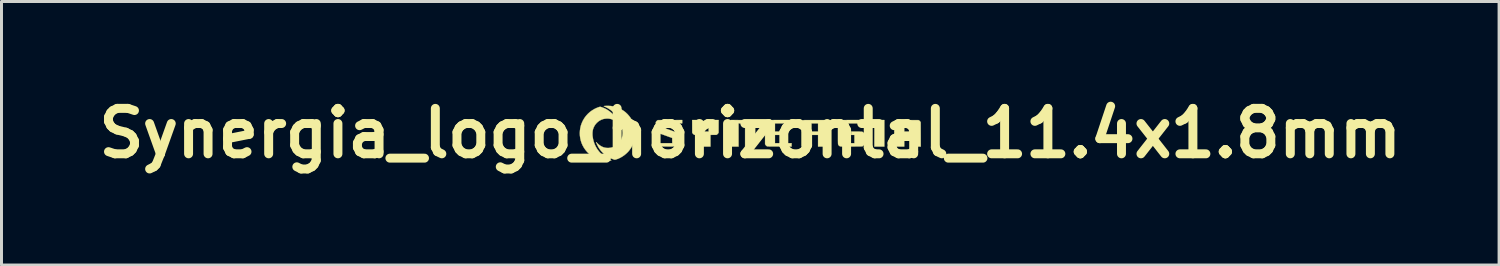
<source format=kicad_pcb>
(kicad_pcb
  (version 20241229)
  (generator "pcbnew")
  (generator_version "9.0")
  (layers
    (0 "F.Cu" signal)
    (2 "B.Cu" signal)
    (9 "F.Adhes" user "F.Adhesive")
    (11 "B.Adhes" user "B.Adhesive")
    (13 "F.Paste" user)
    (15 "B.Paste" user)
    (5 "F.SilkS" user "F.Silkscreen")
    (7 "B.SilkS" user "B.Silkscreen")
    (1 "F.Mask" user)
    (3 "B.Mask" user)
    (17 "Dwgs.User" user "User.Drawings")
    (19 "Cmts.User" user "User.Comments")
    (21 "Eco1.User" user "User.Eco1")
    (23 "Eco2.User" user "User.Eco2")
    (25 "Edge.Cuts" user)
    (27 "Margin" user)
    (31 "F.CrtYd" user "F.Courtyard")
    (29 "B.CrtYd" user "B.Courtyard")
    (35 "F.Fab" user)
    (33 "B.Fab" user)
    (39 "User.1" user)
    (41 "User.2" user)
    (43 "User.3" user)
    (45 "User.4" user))
  (footprint "Synergia_logo_horizontal_11.4x1.8mm"
    (layer "F.Cu")
    (at 22.105 1.418)
    (property "Reference" "Synergia_logo_horizontal_11.4x1.8mm" (at 0 0 0) (layer "F.SilkS") (effects (font (size 1.524 1.524) (thickness 0.3))))
    (attr through_hole)
    (fp_poly (pts (xy 4.495 0.444) (xy 4.161 0.444) (xy 4.162 0.037) (xy 4.163 -0.369) (xy 4.177 -0.391) (xy 4.195 -0.413) (xy 4.213 -0.427) (xy 4.236 -0.441) (xy 4.365 -0.443) (xy 4.495 -0.444) (xy 4.495 0.444)) (stroke (width 0.01) (type solid)) (fill yes) (layer "F.SilkS"))
    (fp_poly (pts (xy -1.614 -0.055) (xy -1.395 -0.055) (xy -1.395 -0.444) (xy -1.061 -0.444) (xy -1.062 -0.232) (xy -1.063 -0.02) (xy -1.077 0.003) (xy -1.095 0.024) (xy -1.113 0.039) (xy -1.136 0.053) (xy -1.235 0.054) (xy -1.335 0.055) (xy -1.335 0.444) (xy -1.674 0.444) (xy -1.674 0.055) (xy -1.773 0.054) (xy -1.873 0.053) (xy -1.896 0.039) (xy -1.917 0.021) (xy -1.932 0.003) (xy -1.946 -0.02) (xy -1.947 -0.232) (xy -1.948 -0.444) (xy -1.614 -0.444) (xy -1.614 -0.055)) (stroke (width 0.01) (type solid)) (fill yes) (layer "F.SilkS"))
    (fp_poly (pts (xy 5.663 -0.427) (xy 5.685 -0.41) (xy 5.699 -0.391) (xy 5.713 -0.369) (xy 5.715 0.037) (xy 5.716 0.444) (xy 5.382 0.444) (xy 5.382 0.055) (xy 5.162 0.055) (xy 5.162 0.444) (xy 4.828 0.444) (xy 4.831 -0.334) (xy 5.162 -0.334) (xy 5.162 -0.055) (xy 5.382 -0.055) (xy 5.382 -0.334) (xy 5.162 -0.334) (xy 4.831 -0.334) (xy 4.831 -0.374) (xy 4.845 -0.394) (xy 4.857 -0.409) (xy 4.873 -0.423) (xy 4.878 -0.427) (xy 4.898 -0.441) (xy 5.641 -0.441) (xy 5.663 -0.427)) (stroke (width 0.01) (type solid)) (fill yes) (layer "F.SilkS"))
    (fp_poly (pts (xy 0.091 -0.441) (xy 0.11 -0.427) (xy 0.135 -0.405) (xy 0.152 -0.378) (xy 0.16 -0.353) (xy 0.161 -0.343) (xy 0.162 -0.325) (xy 0.162 -0.299) (xy 0.163 -0.264) (xy 0.163 -0.222) (xy 0.164 -0.173) (xy 0.164 -0.117) (xy 0.164 -0.054) (xy 0.165 0.015) (xy 0.165 0.058) (xy 0.165 0.444) (xy -0.174 0.444) (xy -0.174 -0.334) (xy -0.393 -0.334) (xy -0.393 0.444) (xy -0.727 0.444) (xy -0.727 0.045) (xy -0.727 -0.029) (xy -0.727 -0.093) (xy -0.726 -0.149) (xy -0.726 -0.198) (xy -0.726 -0.239) (xy -0.725 -0.274) (xy -0.725 -0.303) (xy -0.724 -0.326) (xy -0.724 -0.343) (xy -0.723 -0.356) (xy -0.722 -0.365) (xy -0.721 -0.37) (xy -0.721 -0.371) (xy -0.706 -0.398) (xy -0.685 -0.42) (xy -0.666 -0.432) (xy -0.642 -0.444) (xy 0.091 -0.441)) (stroke (width 0.01) (type solid)) (fill yes) (layer "F.SilkS"))
    (fp_poly (pts (xy 0.945 -0.444) (xy 0.983 -0.444) (xy 1.385 -0.444) (xy 1.385 -0.334) (xy 0.828 -0.334) (xy 0.828 -0.055) (xy 1.203 -0.055) (xy 1.203 0.055) (xy 0.828 0.055) (xy 0.828 0.334) (xy 1.385 0.334) (xy 1.385 0.444) (xy 0.982 0.443) (xy 0.911 0.443) (xy 0.848 0.443) (xy 0.794 0.443) (xy 0.747 0.443) (xy 0.707 0.443) (xy 0.673 0.442) (xy 0.645 0.442) (xy 0.622 0.441) (xy 0.604 0.441) (xy 0.589 0.44) (xy 0.579 0.439) (xy 0.571 0.438) (xy 0.566 0.437) (xy 0.562 0.436) (xy 0.541 0.423) (xy 0.522 0.404) (xy 0.506 0.382) (xy 0.506 0.382) (xy 0.496 0.364) (xy 0.496 -0.364) (xy 0.506 -0.382) (xy 0.516 -0.397) (xy 0.528 -0.412) (xy 0.531 -0.415) (xy 0.536 -0.42) (xy 0.541 -0.424) (xy 0.545 -0.428) (xy 0.55 -0.431) (xy 0.557 -0.434) (xy 0.565 -0.436) (xy 0.576 -0.438) (xy 0.59 -0.44) (xy 0.607 -0.441) (xy 0.628 -0.442) (xy 0.655 -0.442) (xy 0.686 -0.443) (xy 0.724 -0.443) (xy 0.768 -0.443) (xy 0.819 -0.444) (xy 0.878 -0.444) (xy 0.945 -0.444)) (stroke (width 0.01) (type solid)) (fill yes) (layer "F.SilkS"))
    (fp_poly (pts (xy -2.282 -0.334) (xy -2.835 -0.334) (xy -2.833 -0.158) (xy -2.606 -0.076) (xy -2.562 -0.059) (xy -2.52 -0.044) (xy -2.481 -0.03) (xy -2.445 -0.017) (xy -2.415 -0.006) (xy -2.39 0.004) (xy -2.371 0.011) (xy -2.36 0.015) (xy -2.358 0.016) (xy -2.329 0.031) (xy -2.306 0.053) (xy -2.291 0.078) (xy -2.288 0.085) (xy -2.286 0.092) (xy -2.284 0.1) (xy -2.283 0.11) (xy -2.282 0.124) (xy -2.282 0.142) (xy -2.282 0.166) (xy -2.282 0.197) (xy -2.283 0.235) (xy -2.284 0.369) (xy -2.298 0.391) (xy -2.315 0.413) (xy -2.334 0.427) (xy -2.356 0.441) (xy -2.763 0.442) (xy -3.169 0.444) (xy -3.169 0.334) (xy -2.615 0.334) (xy -2.618 0.158) (xy -2.835 0.079) (xy -2.891 0.059) (xy -2.938 0.042) (xy -2.979 0.027) (xy -3.013 0.014) (xy -3.04 0.004) (xy -3.063 -0.005) (xy -3.081 -0.012) (xy -3.095 -0.017) (xy -3.106 -0.022) (xy -3.114 -0.026) (xy -3.12 -0.03) (xy -3.125 -0.034) (xy -3.13 -0.037) (xy -3.134 -0.041) (xy -3.135 -0.042) (xy -3.144 -0.051) (xy -3.151 -0.059) (xy -3.157 -0.068) (xy -3.161 -0.079) (xy -3.164 -0.092) (xy -3.167 -0.109) (xy -3.168 -0.132) (xy -3.168 -0.16) (xy -3.168 -0.195) (xy -3.168 -0.236) (xy -3.166 -0.374) (xy -3.153 -0.394) (xy -3.14 -0.409) (xy -3.124 -0.423) (xy -3.119 -0.427) (xy -3.099 -0.441) (xy -2.69 -0.442) (xy -2.282 -0.444) (xy -2.282 -0.334)) (stroke (width 0.01) (type solid)) (fill yes) (layer "F.SilkS"))
    (fp_poly (pts (xy -4.758 -0.918) (xy -4.727 -0.917) (xy -4.698 -0.916) (xy -4.673 -0.914) (xy -4.665 -0.913) (xy -4.575 -0.897) (xy -4.489 -0.874) (xy -4.406 -0.842) (xy -4.327 -0.803) (xy -4.253 -0.757) (xy -4.184 -0.705) (xy -4.121 -0.646) (xy -4.063 -0.581) (xy -4.011 -0.512) (xy -3.966 -0.437) (xy -3.928 -0.358) (xy -3.898 -0.275) (xy -3.875 -0.189) (xy -3.86 -0.099) (xy -3.859 -0.088) (xy -3.855 0.002) (xy -3.86 0.091) (xy -3.873 0.18) (xy -3.895 0.266) (xy -3.925 0.351) (xy -3.964 0.432) (xy -4.01 0.51) (xy -4.051 0.567) (xy -4.1 0.625) (xy -4.157 0.68) (xy -4.219 0.732) (xy -4.285 0.778) (xy -4.352 0.817) (xy -4.399 0.839) (xy -4.426 0.851) (xy -4.454 0.862) (xy -4.481 0.871) (xy -4.505 0.879) (xy -4.525 0.884) (xy -4.538 0.887) (xy -4.54 0.887) (xy -4.549 0.885) (xy -4.565 0.881) (xy -4.584 0.875) (xy -4.595 0.872) (xy -4.676 0.84) (xy -4.752 0.802) (xy -4.822 0.757) (xy -4.889 0.705) (xy -4.938 0.661) (xy -4.98 0.618) (xy -5.016 0.576) (xy -5.05 0.531) (xy -5.068 0.505) (xy -5.087 0.474) (xy -5.107 0.438) (xy -5.126 0.4) (xy -5.144 0.363) (xy -5.158 0.328) (xy -5.169 0.299) (xy -5.169 0.298) (xy -5.168 0.296) (xy -5.161 0.301) (xy -5.149 0.312) (xy -5.136 0.325) (xy -5.084 0.375) (xy -5.031 0.415) (xy -4.976 0.447) (xy -4.919 0.471) (xy -4.859 0.486) (xy -4.797 0.493) (xy -4.749 0.493) (xy -4.682 0.485) (xy -4.619 0.47) (xy -4.559 0.446) (xy -4.503 0.413) (xy -4.451 0.373) (xy -4.435 0.358) (xy -4.389 0.309) (xy -4.351 0.255) (xy -4.321 0.199) (xy -4.3 0.138) (xy -4.286 0.074) (xy -4.281 0.005) (xy -4.281 -0.036) (xy -4.289 -0.125) (xy -4.304 -0.21) (xy -4.327 -0.293) (xy -4.359 -0.374) (xy -4.385 -0.429) (xy -4.43 -0.508) (xy -4.483 -0.583) (xy -4.542 -0.653) (xy -4.607 -0.717) (xy -4.677 -0.776) (xy -4.752 -0.827) (xy -4.831 -0.87) (xy -4.889 -0.896) (xy -4.903 -0.902) (xy -4.91 -0.906) (xy -4.91 -0.909) (xy -4.905 -0.911) (xy -4.894 -0.914) (xy -4.875 -0.916) (xy -4.851 -0.917) (xy -4.822 -0.918) (xy -4.79 -0.918) (xy -4.758 -0.918)) (stroke (width 0.01) (type solid)) (fill yes) (layer "F.SilkS"))
    (fp_poly (pts (xy 3.393 -0.444) (xy 3.425 -0.444) (xy 3.827 -0.444) (xy 3.827 -0.334) (xy 3.274 -0.334) (xy 3.274 0.334) (xy 3.493 0.334) (xy 3.493 0.055) (xy 3.384 0.055) (xy 3.384 -0.055) (xy 3.563 -0.055) (xy 3.611 -0.055) (xy 3.651 -0.055) (xy 3.683 -0.054) (xy 3.709 -0.053) (xy 3.73 -0.052) (xy 3.746 -0.05) (xy 3.759 -0.047) (xy 3.769 -0.043) (xy 3.777 -0.039) (xy 3.784 -0.033) (xy 3.792 -0.025) (xy 3.796 -0.021) (xy 3.804 -0.013) (xy 3.81 -0.005) (xy 3.815 0.003) (xy 3.819 0.013) (xy 3.822 0.025) (xy 3.824 0.041) (xy 3.826 0.06) (xy 3.826 0.086) (xy 3.827 0.117) (xy 3.827 0.156) (xy 3.826 0.202) (xy 3.825 0.369) (xy 3.811 0.391) (xy 3.793 0.413) (xy 3.775 0.427) (xy 3.752 0.441) (xy 3.386 0.442) (xy 3.32 0.442) (xy 3.262 0.443) (xy 3.212 0.443) (xy 3.169 0.443) (xy 3.133 0.443) (xy 3.103 0.442) (xy 3.078 0.442) (xy 3.059 0.442) (xy 3.043 0.441) (xy 3.031 0.44) (xy 3.022 0.44) (xy 3.015 0.439) (xy 3.01 0.437) (xy 3.006 0.436) (xy 3.002 0.434) (xy 3.002 0.434) (xy 2.975 0.417) (xy 2.956 0.393) (xy 2.949 0.381) (xy 2.948 0.377) (xy 2.946 0.373) (xy 2.945 0.368) (xy 2.944 0.362) (xy 2.943 0.353) (xy 2.942 0.341) (xy 2.942 0.326) (xy 2.941 0.307) (xy 2.941 0.283) (xy 2.94 0.254) (xy 2.94 0.218) (xy 2.94 0.177) (xy 2.94 0.128) (xy 2.94 0.071) (xy 2.94 0.006) (xy 2.94 0) (xy 2.94 -0.066) (xy 2.94 -0.123) (xy 2.94 -0.173) (xy 2.94 -0.215) (xy 2.94 -0.251) (xy 2.941 -0.281) (xy 2.941 -0.305) (xy 2.942 -0.324) (xy 2.942 -0.34) (xy 2.943 -0.352) (xy 2.944 -0.361) (xy 2.945 -0.368) (xy 2.946 -0.373) (xy 2.948 -0.377) (xy 2.949 -0.381) (xy 2.95 -0.382) (xy 2.959 -0.398) (xy 2.971 -0.412) (xy 2.975 -0.416) (xy 2.98 -0.421) (xy 2.985 -0.425) (xy 2.99 -0.428) (xy 2.995 -0.432) (xy 3.002 -0.434) (xy 3.01 -0.436) (xy 3.021 -0.438) (xy 3.035 -0.44) (xy 3.053 -0.441) (xy 3.074 -0.442) (xy 3.101 -0.443) (xy 3.133 -0.443) (xy 3.17 -0.443) (xy 3.215 -0.443) (xy 3.266 -0.444) (xy 3.325 -0.444) (xy 3.393 -0.444)) (stroke (width 0.01) (type solid)) (fill yes) (layer "F.SilkS"))
    (fp_poly (pts (xy 2.152 -0.443) (xy 2.161 -0.443) (xy 2.229 -0.443) (xy 2.288 -0.443) (xy 2.339 -0.443) (xy 2.383 -0.443) (xy 2.421 -0.443) (xy 2.452 -0.442) (xy 2.478 -0.442) (xy 2.499 -0.44) (xy 2.516 -0.439) (xy 2.529 -0.437) (xy 2.54 -0.435) (xy 2.548 -0.432) (xy 2.554 -0.429) (xy 2.559 -0.425) (xy 2.564 -0.421) (xy 2.569 -0.416) (xy 2.573 -0.412) (xy 2.581 -0.403) (xy 2.588 -0.395) (xy 2.593 -0.387) (xy 2.597 -0.377) (xy 2.6 -0.364) (xy 2.602 -0.348) (xy 2.603 -0.328) (xy 2.604 -0.301) (xy 2.604 -0.268) (xy 2.604 -0.227) (xy 2.604 -0.222) (xy 2.604 -0.182) (xy 2.604 -0.15) (xy 2.604 -0.125) (xy 2.603 -0.107) (xy 2.602 -0.092) (xy 2.601 -0.082) (xy 2.6 -0.075) (xy 2.598 -0.069) (xy 2.595 -0.063) (xy 2.594 -0.061) (xy 2.579 -0.04) (xy 2.559 -0.021) (xy 2.537 -0.009) (xy 2.536 -0.009) (xy 2.523 -0.003) (xy 2.52 0.001) (xy 2.526 0.005) (xy 2.533 0.007) (xy 2.547 0.013) (xy 2.564 0.025) (xy 2.58 0.041) (xy 2.592 0.058) (xy 2.594 0.061) (xy 2.596 0.066) (xy 2.599 0.071) (xy 2.6 0.078) (xy 2.602 0.086) (xy 2.603 0.097) (xy 2.603 0.112) (xy 2.604 0.133) (xy 2.604 0.158) (xy 2.605 0.191) (xy 2.605 0.231) (xy 2.605 0.262) (xy 2.607 0.444) (xy 2.273 0.444) (xy 2.273 0.055) (xy 2.053 0.055) (xy 2.053 0.444) (xy 1.715 0.444) (xy 1.715 0.051) (xy 1.715 -0.021) (xy 1.715 -0.084) (xy 1.715 -0.139) (xy 1.715 -0.187) (xy 1.715 -0.228) (xy 1.716 -0.263) (xy 1.716 -0.292) (xy 1.717 -0.317) (xy 1.719 -0.334) (xy 2.053 -0.334) (xy 2.053 -0.055) (xy 2.273 -0.055) (xy 2.273 -0.334) (xy 2.053 -0.334) (xy 1.719 -0.334) (xy 1.719 -0.336) (xy 1.72 -0.352) (xy 1.722 -0.365) (xy 1.725 -0.375) (xy 1.727 -0.383) (xy 1.731 -0.39) (xy 1.735 -0.395) (xy 1.739 -0.4) (xy 1.744 -0.406) (xy 1.745 -0.407) (xy 1.759 -0.42) (xy 1.775 -0.431) (xy 1.78 -0.434) (xy 1.784 -0.436) (xy 1.788 -0.437) (xy 1.793 -0.439) (xy 1.8 -0.44) (xy 1.808 -0.441) (xy 1.82 -0.441) (xy 1.834 -0.442) (xy 1.853 -0.442) (xy 1.877 -0.443) (xy 1.906 -0.443) (xy 1.941 -0.443) (xy 1.982 -0.443) (xy 2.03 -0.443) (xy 2.087 -0.443) (xy 2.152 -0.443)) (stroke (width 0.01) (type solid)) (fill yes) (layer "F.SilkS"))
    (fp_poly (pts (xy -5.022 -0.885) (xy -5.003 -0.88) (xy -4.98 -0.873) (xy -4.954 -0.863) (xy -4.926 -0.853) (xy -4.899 -0.841) (xy -4.874 -0.83) (xy -4.863 -0.825) (xy -4.782 -0.779) (xy -4.708 -0.727) (xy -4.638 -0.667) (xy -4.575 -0.601) (xy -4.518 -0.528) (xy -4.473 -0.459) (xy -4.462 -0.439) (xy -4.45 -0.414) (xy -4.437 -0.387) (xy -4.425 -0.36) (xy -4.414 -0.335) (xy -4.405 -0.314) (xy -4.401 -0.302) (xy -4.4 -0.296) (xy -4.402 -0.296) (xy -4.408 -0.303) (xy -4.411 -0.306) (xy -4.456 -0.355) (xy -4.506 -0.398) (xy -4.562 -0.433) (xy -4.621 -0.461) (xy -4.683 -0.481) (xy -4.727 -0.489) (xy -4.768 -0.493) (xy -4.813 -0.493) (xy -4.859 -0.489) (xy -4.902 -0.483) (xy -4.921 -0.479) (xy -4.984 -0.458) (xy -5.042 -0.429) (xy -5.096 -0.393) (xy -5.145 -0.35) (xy -5.188 -0.301) (xy -5.224 -0.247) (xy -5.253 -0.189) (xy -5.275 -0.126) (xy -5.275 -0.124) (xy -5.282 -0.09) (xy -5.287 -0.05) (xy -5.29 -0.006) (xy -5.29 0.04) (xy -5.288 0.083) (xy -5.286 0.101) (xy -5.271 0.195) (xy -5.247 0.286) (xy -5.215 0.374) (xy -5.175 0.457) (xy -5.128 0.535) (xy -5.072 0.609) (xy -5.01 0.678) (xy -4.94 0.741) (xy -4.864 0.798) (xy -4.861 0.8) (xy -4.828 0.821) (xy -4.795 0.84) (xy -4.761 0.858) (xy -4.724 0.876) (xy -4.68 0.895) (xy -4.665 0.902) (xy -4.658 0.905) (xy -4.657 0.907) (xy -4.664 0.909) (xy -4.673 0.911) (xy -4.688 0.912) (xy -4.71 0.914) (xy -4.737 0.915) (xy -4.767 0.916) (xy -4.799 0.917) (xy -4.83 0.917) (xy -4.859 0.916) (xy -4.883 0.916) (xy -4.9 0.914) (xy -4.902 0.914) (xy -4.992 0.899) (xy -5.081 0.874) (xy -5.166 0.842) (xy -5.247 0.801) (xy -5.324 0.753) (xy -5.396 0.697) (xy -5.405 0.689) (xy -5.469 0.627) (xy -5.526 0.559) (xy -5.576 0.487) (xy -5.619 0.411) (xy -5.654 0.332) (xy -5.681 0.251) (xy -5.7 0.167) (xy -5.712 0.082) (xy -5.715 -0.003) (xy -5.711 -0.089) (xy -5.699 -0.174) (xy -5.679 -0.259) (xy -5.65 -0.341) (xy -5.613 -0.422) (xy -5.568 -0.499) (xy -5.561 -0.51) (xy -5.506 -0.584) (xy -5.444 -0.652) (xy -5.377 -0.713) (xy -5.303 -0.767) (xy -5.225 -0.813) (xy -5.199 -0.827) (xy -5.171 -0.839) (xy -5.143 -0.852) (xy -5.114 -0.863) (xy -5.087 -0.873) (xy -5.063 -0.881) (xy -5.045 -0.885) (xy -5.033 -0.887) (xy -5.022 -0.885)) (stroke (width 0.01) (type solid)) (fill yes) (layer "F.SilkS")))
  (gr_rect
    (start -3 -3)
    (end 47.211 5.836)
    (stroke (width 0.1) (type default))
    (fill no)
    (layer "Edge.Cuts")))
</source>
